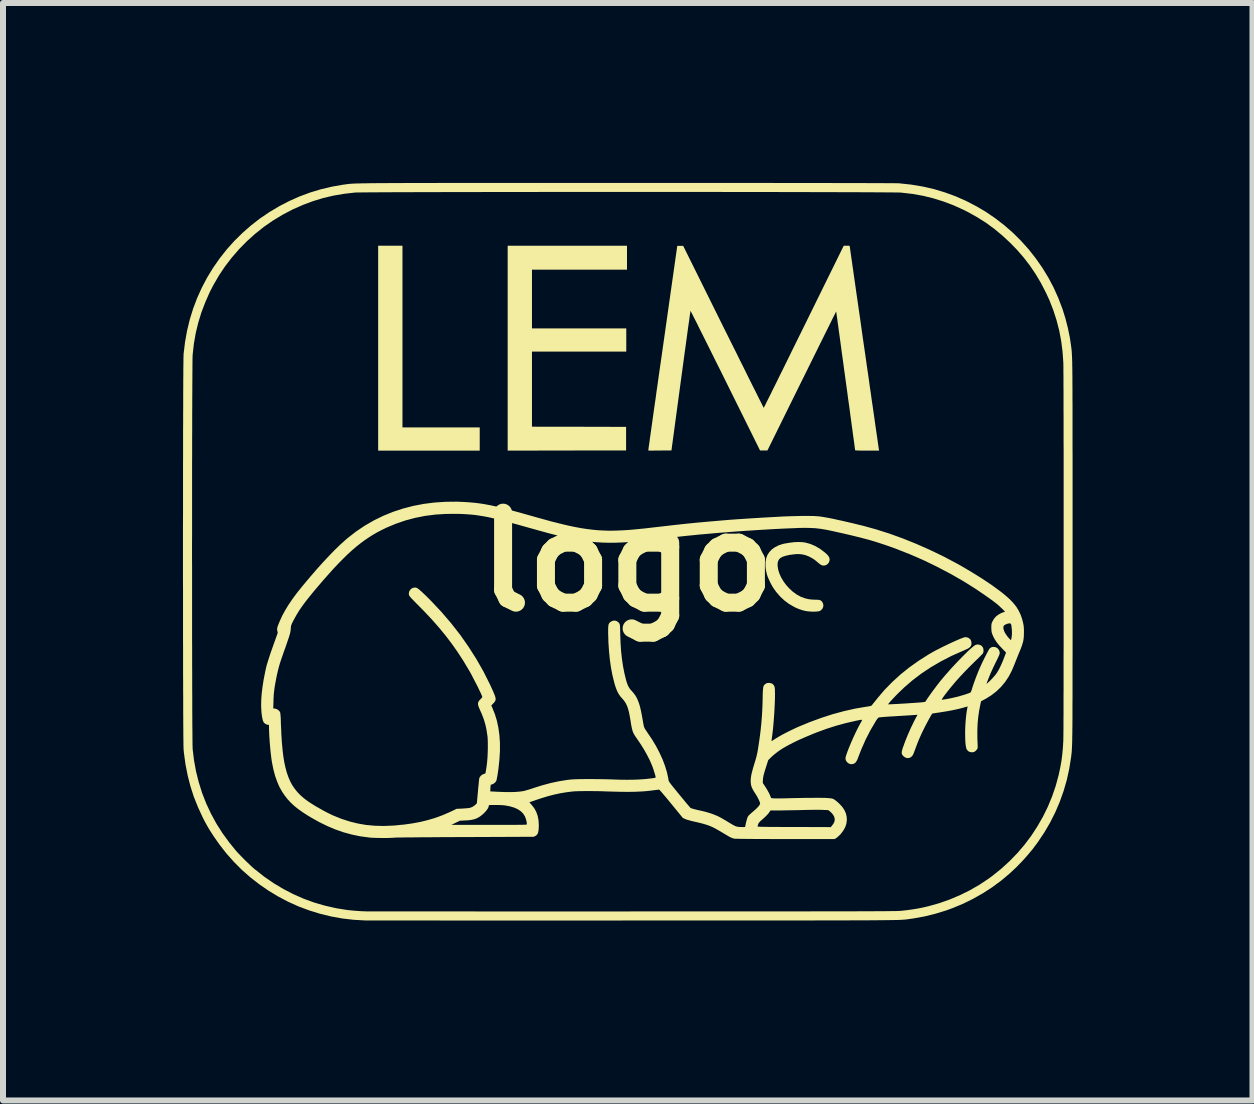
<source format=kicad_pcb>
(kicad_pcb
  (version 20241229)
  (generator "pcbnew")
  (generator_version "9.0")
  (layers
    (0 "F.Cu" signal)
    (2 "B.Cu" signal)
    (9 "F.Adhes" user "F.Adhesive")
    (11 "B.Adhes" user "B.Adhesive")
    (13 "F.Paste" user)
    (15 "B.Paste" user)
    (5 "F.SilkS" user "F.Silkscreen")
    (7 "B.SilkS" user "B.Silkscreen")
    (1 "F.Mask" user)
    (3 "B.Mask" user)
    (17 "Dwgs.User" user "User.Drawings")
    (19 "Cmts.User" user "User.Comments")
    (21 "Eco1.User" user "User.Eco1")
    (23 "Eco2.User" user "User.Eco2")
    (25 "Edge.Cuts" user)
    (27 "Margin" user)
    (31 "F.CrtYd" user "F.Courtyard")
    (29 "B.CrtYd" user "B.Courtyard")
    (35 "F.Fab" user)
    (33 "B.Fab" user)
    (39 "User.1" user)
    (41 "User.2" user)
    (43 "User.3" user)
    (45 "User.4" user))
  (footprint "logo"
    (layer "F.Cu")
    (at 7.408 6.318)
    (property "Reference" "logo" (at 0 0 0) (layer "F.SilkS") (effects (font (size 1.5 1.5) (thickness 0.3))))
    (attr board_only exclude_from_pos_files exclude_from_bom)
    (fp_poly (pts (xy -3.749 -3.758) (xy -3.749 -2.243) (xy -3.105 -2.243) (xy -2.461 -2.243) (xy -2.461 -2.05) (xy -2.461 -1.856) (xy -3.307 -1.856) (xy -4.154 -1.856) (xy -4.154 -3.564) (xy -4.154 -5.272) (xy -3.951 -5.272) (xy -3.749 -5.272)) (stroke (width 0) (type solid)) (fill yes) (layer "F.SilkS"))
    (fp_poly (pts (xy -0.006 -5.073) (xy -0.006 -4.873) (xy -0.798 -4.873) (xy -1.59 -4.873) (xy -1.59 -4.383) (xy -1.59 -3.894) (xy -0.804 -3.894) (xy -0.018 -3.894) (xy -0.018 -3.7) (xy -0.018 -3.507) (xy -0.804 -3.507) (xy -1.59 -3.507) (xy -1.59 -2.881) (xy -1.59 -2.255) (xy -0.806 -2.254) (xy -0.021 -2.252) (xy -0.021 -2.056) (xy -0.021 -1.859) (xy -1.008 -1.858) (xy -1.995 -1.856) (xy -1.995 -3.564) (xy -1.995 -5.272) (xy -1.001 -5.272) (xy -0.006 -5.272)) (stroke (width 0) (type solid)) (fill yes) (layer "F.SilkS"))
    (fp_poly (pts (xy 2.919 -0.33) (xy 2.965 -0.324) (xy 3.049 -0.301) (xy 3.129 -0.267) (xy 3.206 -0.223) (xy 3.281 -0.167) (xy 3.296 -0.155) (xy 3.328 -0.126) (xy 3.35 -0.101) (xy 3.364 -0.077) (xy 3.371 -0.053) (xy 3.372 -0.046) (xy 3.369 -0.016) (xy 3.357 0.012) (xy 3.337 0.036) (xy 3.311 0.053) (xy 3.281 0.06) (xy 3.276 0.06) (xy 3.257 0.059) (xy 3.239 0.054) (xy 3.221 0.044) (xy 3.199 0.028) (xy 3.177 0.01) (xy 3.141 -0.021) (xy 3.109 -0.045) (xy 3.078 -0.064) (xy 3.045 -0.082) (xy 3.027 -0.091) (xy 2.98 -0.11) (xy 2.933 -0.123) (xy 2.885 -0.13) (xy 2.832 -0.132) (xy 2.774 -0.127) (xy 2.707 -0.118) (xy 2.691 -0.115) (xy 2.635 -0.102) (xy 2.59 -0.087) (xy 2.556 -0.069) (xy 2.531 -0.047) (xy 2.515 -0.019) (xy 2.506 0.014) (xy 2.504 0.054) (xy 2.505 0.07) (xy 2.515 0.131) (xy 2.535 0.195) (xy 2.565 0.26) (xy 2.603 0.324) (xy 2.648 0.385) (xy 2.7 0.442) (xy 2.756 0.494) (xy 2.817 0.538) (xy 2.827 0.545) (xy 2.893 0.581) (xy 2.961 0.606) (xy 3.031 0.622) (xy 3.108 0.629) (xy 3.13 0.629) (xy 3.167 0.63) (xy 3.194 0.632) (xy 3.214 0.637) (xy 3.229 0.646) (xy 3.242 0.658) (xy 3.246 0.663) (xy 3.262 0.692) (xy 3.268 0.724) (xy 3.263 0.755) (xy 3.249 0.783) (xy 3.226 0.806) (xy 3.208 0.817) (xy 3.188 0.823) (xy 3.159 0.826) (xy 3.123 0.828) (xy 3.083 0.828) (xy 3.043 0.826) (xy 3.004 0.822) (xy 2.969 0.817) (xy 2.969 0.817) (xy 2.915 0.803) (xy 2.866 0.787) (xy 2.817 0.767) (xy 2.782 0.75) (xy 2.697 0.701) (xy 2.619 0.643) (xy 2.548 0.577) (xy 2.482 0.501) (xy 2.442 0.446) (xy 2.415 0.403) (xy 2.388 0.353) (xy 2.363 0.301) (xy 2.341 0.25) (xy 2.325 0.204) (xy 2.325 0.202) (xy 2.31 0.137) (xy 2.303 0.072) (xy 2.303 0.008) (xy 2.312 -0.05) (xy 2.316 -0.066) (xy 2.336 -0.118) (xy 2.367 -0.165) (xy 2.407 -0.208) (xy 2.457 -0.244) (xy 2.514 -0.274) (xy 2.578 -0.296) (xy 2.612 -0.305) (xy 2.7 -0.32) (xy 2.781 -0.33) (xy 2.854 -0.333)) (stroke (width 0) (type solid)) (fill yes) (layer "F.SilkS"))
    (fp_poly (pts (xy 3.679 -5.272) (xy 3.697 -5.271) (xy 3.706 -5.269) (xy 3.706 -5.269) (xy 3.707 -5.262) (xy 3.71 -5.244) (xy 3.714 -5.216) (xy 3.719 -5.177) (xy 3.726 -5.128) (xy 3.734 -5.071) (xy 3.744 -5.005) (xy 3.754 -4.931) (xy 3.766 -4.85) (xy 3.778 -4.762) (xy 3.792 -4.668) (xy 3.806 -4.568) (xy 3.821 -4.463) (xy 3.837 -4.354) (xy 3.853 -4.241) (xy 3.87 -4.125) (xy 3.887 -4.007) (xy 3.904 -3.886) (xy 3.921 -3.763) (xy 3.939 -3.64) (xy 3.957 -3.517) (xy 3.975 -3.393) (xy 3.992 -3.271) (xy 4.01 -3.15) (xy 4.027 -3.031) (xy 4.043 -2.914) (xy 4.06 -2.801) (xy 4.075 -2.691) (xy 4.091 -2.586) (xy 4.105 -2.486) (xy 4.119 -2.391) (xy 4.131 -2.302) (xy 4.143 -2.22) (xy 4.154 -2.145) (xy 4.164 -2.078) (xy 4.172 -2.02) (xy 4.179 -1.97) (xy 4.185 -1.93) (xy 4.189 -1.9) (xy 4.192 -1.881) (xy 4.194 -1.873) (xy 4.194 -1.873) (xy 4.197 -1.856) (xy 3.997 -1.856) (xy 3.936 -1.856) (xy 3.887 -1.857) (xy 3.849 -1.858) (xy 3.822 -1.859) (xy 3.805 -1.86) (xy 3.797 -1.862) (xy 3.797 -1.863) (xy 3.796 -1.869) (xy 3.794 -1.887) (xy 3.79 -1.916) (xy 3.785 -1.954) (xy 3.779 -2.002) (xy 3.771 -2.057) (xy 3.762 -2.121) (xy 3.753 -2.192) (xy 3.742 -2.268) (xy 3.731 -2.351) (xy 3.719 -2.438) (xy 3.707 -2.53) (xy 3.694 -2.625) (xy 3.68 -2.722) (xy 3.667 -2.822) (xy 3.653 -2.924) (xy 3.639 -3.025) (xy 3.625 -3.127) (xy 3.611 -3.228) (xy 3.598 -3.328) (xy 3.584 -3.425) (xy 3.571 -3.52) (xy 3.559 -3.611) (xy 3.547 -3.698) (xy 3.536 -3.78) (xy 3.525 -3.856) (xy 3.516 -3.925) (xy 3.507 -3.988) (xy 3.5 -4.043) (xy 3.493 -4.089) (xy 3.488 -4.126) (xy 3.484 -4.154) (xy 3.482 -4.17) (xy 3.481 -4.176) (xy 3.478 -4.17) (xy 3.47 -4.155) (xy 3.458 -4.129) (xy 3.44 -4.095) (xy 3.418 -4.051) (xy 3.393 -3.999) (xy 3.363 -3.939) (xy 3.33 -3.872) (xy 3.293 -3.798) (xy 3.253 -3.717) (xy 3.21 -3.631) (xy 3.165 -3.539) (xy 3.117 -3.442) (xy 3.067 -3.341) (xy 3.015 -3.236) (xy 2.962 -3.128) (xy 2.907 -3.018) (xy 2.335 -1.859) (xy 2.274 -1.859) (xy 2.212 -1.859) (xy 1.634 -3.025) (xy 1.579 -3.136) (xy 1.525 -3.245) (xy 1.472 -3.35) (xy 1.422 -3.451) (xy 1.374 -3.548) (xy 1.328 -3.64) (xy 1.285 -3.726) (xy 1.245 -3.807) (xy 1.207 -3.881) (xy 1.174 -3.949) (xy 1.144 -4.009) (xy 1.117 -4.061) (xy 1.095 -4.105) (xy 1.077 -4.14) (xy 1.064 -4.165) (xy 1.056 -4.181) (xy 1.053 -4.187) (xy 1.053 -4.187) (xy 1.052 -4.18) (xy 1.049 -4.163) (xy 1.045 -4.134) (xy 1.039 -4.096) (xy 1.033 -4.047) (xy 1.025 -3.99) (xy 1.015 -3.924) (xy 1.005 -3.85) (xy 0.994 -3.769) (xy 0.982 -3.681) (xy 0.969 -3.586) (xy 0.955 -3.486) (xy 0.941 -3.381) (xy 0.926 -3.272) (xy 0.911 -3.159) (xy 0.895 -3.042) (xy 0.892 -3.021) (xy 0.735 -1.859) (xy 0.543 -1.858) (xy 0.351 -1.856) (xy 0.351 -1.873) (xy 0.352 -1.88) (xy 0.354 -1.899) (xy 0.358 -1.929) (xy 0.364 -1.969) (xy 0.371 -2.019) (xy 0.379 -2.079) (xy 0.389 -2.148) (xy 0.4 -2.226) (xy 0.412 -2.312) (xy 0.425 -2.405) (xy 0.439 -2.505) (xy 0.454 -2.612) (xy 0.471 -2.726) (xy 0.487 -2.845) (xy 0.505 -2.969) (xy 0.523 -3.098) (xy 0.542 -3.231) (xy 0.562 -3.368) (xy 0.582 -3.508) (xy 0.592 -3.579) (xy 0.832 -5.269) (xy 0.882 -5.269) (xy 0.931 -5.269) (xy 1.6 -3.919) (xy 1.66 -3.799) (xy 1.718 -3.682) (xy 1.775 -3.568) (xy 1.83 -3.458) (xy 1.882 -3.352) (xy 1.933 -3.251) (xy 1.98 -3.155) (xy 2.025 -3.064) (xy 2.067 -2.98) (xy 2.106 -2.902) (xy 2.142 -2.831) (xy 2.173 -2.768) (xy 2.201 -2.712) (xy 2.225 -2.665) (xy 2.244 -2.627) (xy 2.258 -2.598) (xy 2.268 -2.579) (xy 2.273 -2.57) (xy 2.274 -2.57) (xy 2.276 -2.575) (xy 2.285 -2.591) (xy 2.298 -2.616) (xy 2.315 -2.652) (xy 2.337 -2.696) (xy 2.363 -2.748) (xy 2.394 -2.809) (xy 2.427 -2.878) (xy 2.465 -2.953) (xy 2.506 -3.036) (xy 2.549 -3.124) (xy 2.596 -3.218) (xy 2.645 -3.318) (xy 2.697 -3.423) (xy 2.75 -3.532) (xy 2.806 -3.645) (xy 2.863 -3.761) (xy 2.922 -3.88) (xy 2.942 -3.921) (xy 3.607 -5.272) (xy 3.656 -5.272)) (stroke (width 0) (type solid)) (fill yes) (layer "F.SilkS"))
    (fp_poly (pts (xy 0.317 -6.318) (xy 0.619 -6.318) (xy 0.911 -6.318) (xy 1.192 -6.318) (xy 1.462 -6.318) (xy 1.72 -6.318) (xy 1.968 -6.318) (xy 2.205 -6.318) (xy 2.43 -6.318) (xy 2.645 -6.317) (xy 2.848 -6.317) (xy 3.039 -6.317) (xy 3.22 -6.317) (xy 3.389 -6.317) (xy 3.547 -6.316) (xy 3.693 -6.316) (xy 3.828 -6.316) (xy 3.951 -6.316) (xy 4.062 -6.315) (xy 4.162 -6.315) (xy 4.25 -6.315) (xy 4.326 -6.314) (xy 4.39 -6.314) (xy 4.443 -6.314) (xy 4.484 -6.313) (xy 4.512 -6.313) (xy 4.529 -6.312) (xy 4.532 -6.312) (xy 4.729 -6.291) (xy 4.922 -6.259) (xy 5.11 -6.216) (xy 5.293 -6.161) (xy 5.473 -6.095) (xy 5.648 -6.018) (xy 5.819 -5.929) (xy 5.977 -5.836) (xy 6.135 -5.728) (xy 6.286 -5.611) (xy 6.429 -5.486) (xy 6.564 -5.352) (xy 6.691 -5.21) (xy 6.809 -5.06) (xy 6.918 -4.904) (xy 7.017 -4.742) (xy 7.106 -4.574) (xy 7.184 -4.4) (xy 7.252 -4.222) (xy 7.254 -4.217) (xy 7.303 -4.059) (xy 7.344 -3.898) (xy 7.377 -3.737) (xy 7.397 -3.6) (xy 7.399 -3.586) (xy 7.401 -3.573) (xy 7.402 -3.559) (xy 7.404 -3.546) (xy 7.405 -3.533) (xy 7.407 -3.519) (xy 7.408 -3.505) (xy 7.409 -3.489) (xy 7.41 -3.471) (xy 7.411 -3.452) (xy 7.412 -3.431) (xy 7.413 -3.407) (xy 7.414 -3.381) (xy 7.415 -3.351) (xy 7.416 -3.318) (xy 7.416 -3.282) (xy 7.417 -3.241) (xy 7.418 -3.196) (xy 7.418 -3.146) (xy 7.419 -3.091) (xy 7.419 -3.031) (xy 7.419 -2.965) (xy 7.42 -2.894) (xy 7.42 -2.816) (xy 7.42 -2.731) (xy 7.421 -2.64) (xy 7.421 -2.541) (xy 7.421 -2.434) (xy 7.421 -2.32) (xy 7.421 -2.198) (xy 7.421 -2.067) (xy 7.421 -1.927) (xy 7.422 -1.778) (xy 7.422 -1.62) (xy 7.422 -1.452) (xy 7.422 -1.274) (xy 7.422 -1.085) (xy 7.422 -0.885) (xy 7.422 -0.675) (xy 7.422 -0.453) (xy 7.422 -0.219) (xy 7.422 -0.172) (xy 7.422 0.064) (xy 7.422 0.288) (xy 7.422 0.501) (xy 7.422 0.702) (xy 7.422 0.893) (xy 7.422 1.073) (xy 7.422 1.243) (xy 7.422 1.404) (xy 7.422 1.554) (xy 7.421 1.696) (xy 7.421 1.829) (xy 7.421 1.953) (xy 7.421 2.068) (xy 7.421 2.176) (xy 7.421 2.276) (xy 7.42 2.369) (xy 7.42 2.455) (xy 7.42 2.535) (xy 7.42 2.608) (xy 7.419 2.674) (xy 7.419 2.736) (xy 7.418 2.791) (xy 7.418 2.842) (xy 7.417 2.888) (xy 7.416 2.93) (xy 7.416 2.967) (xy 7.415 3.001) (xy 7.414 3.031) (xy 7.413 3.058) (xy 7.412 3.082) (xy 7.411 3.104) (xy 7.41 3.123) (xy 7.409 3.141) (xy 7.408 3.157) (xy 7.407 3.172) (xy 7.405 3.186) (xy 7.404 3.199) (xy 7.402 3.212) (xy 7.401 3.225) (xy 7.399 3.239) (xy 7.397 3.253) (xy 7.397 3.256) (xy 7.367 3.445) (xy 7.326 3.632) (xy 7.273 3.816) (xy 7.209 3.996) (xy 7.134 4.172) (xy 7.048 4.343) (xy 6.951 4.509) (xy 6.844 4.669) (xy 6.757 4.786) (xy 6.672 4.888) (xy 6.579 4.992) (xy 6.479 5.094) (xy 6.376 5.19) (xy 6.272 5.279) (xy 6.231 5.312) (xy 6.081 5.423) (xy 5.923 5.525) (xy 5.76 5.617) (xy 5.593 5.699) (xy 5.422 5.77) (xy 5.318 5.808) (xy 5.135 5.864) (xy 4.953 5.909) (xy 4.771 5.942) (xy 4.716 5.95) (xy 4.704 5.951) (xy 4.693 5.953) (xy 4.682 5.955) (xy 4.672 5.956) (xy 4.662 5.957) (xy 4.651 5.959) (xy 4.641 5.96) (xy 4.629 5.961) (xy 4.617 5.962) (xy 4.603 5.963) (xy 4.588 5.964) (xy 4.572 5.965) (xy 4.553 5.966) (xy 4.532 5.967) (xy 4.508 5.968) (xy 4.481 5.968) (xy 4.452 5.969) (xy 4.419 5.97) (xy 4.382 5.97) (xy 4.342 5.971) (xy 4.297 5.971) (xy 4.248 5.972) (xy 4.194 5.972) (xy 4.136 5.973) (xy 4.072 5.973) (xy 4.002 5.974) (xy 3.927 5.974) (xy 3.846 5.974) (xy 3.758 5.974) (xy 3.664 5.975) (xy 3.563 5.975) (xy 3.455 5.975) (xy 3.339 5.975) (xy 3.216 5.975) (xy 3.085 5.976) (xy 2.946 5.976) (xy 2.798 5.976) (xy 2.642 5.976) (xy 2.476 5.976) (xy 2.302 5.976) (xy 2.118 5.976) (xy 1.924 5.976) (xy 1.72 5.976) (xy 1.506 5.976) (xy 1.281 5.976) (xy 1.045 5.976) (xy 0.798 5.976) (xy 0.54 5.976) (xy 0.27 5.976) (xy 0.091 5.976) (xy -0.14 5.977) (xy -0.368 5.977) (xy -0.592 5.977) (xy -0.813 5.977) (xy -1.031 5.977) (xy -1.244 5.977) (xy -1.453 5.977) (xy -1.657 5.977) (xy -1.857 5.977) (xy -2.051 5.977) (xy -2.239 5.977) (xy -2.422 5.977) (xy -2.598 5.977) (xy -2.768 5.977) (xy -2.932 5.977) (xy -3.088 5.977) (xy -3.236 5.976) (xy -3.377 5.976) (xy -3.51 5.976) (xy -3.635 5.976) (xy -3.751 5.976) (xy -3.857 5.976) (xy -3.955 5.976) (xy -4.043 5.976) (xy -4.122 5.976) (xy -4.19 5.976) (xy -4.247 5.976) (xy -4.294 5.976) (xy -4.33 5.976) (xy -4.354 5.976) (xy -4.367 5.976) (xy -4.368 5.976) (xy -4.561 5.965) (xy -4.752 5.943) (xy -4.94 5.909) (xy -5.124 5.864) (xy -5.305 5.808) (xy -5.482 5.742) (xy -5.653 5.665) (xy -5.82 5.577) (xy -5.981 5.48) (xy -6.136 5.373) (xy -6.285 5.257) (xy -6.427 5.132) (xy -6.561 4.997) (xy -6.688 4.854) (xy -6.806 4.702) (xy -6.889 4.583) (xy -6.938 4.508) (xy -6.981 4.439) (xy -7.019 4.372) (xy -7.055 4.306) (xy -7.078 4.26) (xy -7.158 4.087) (xy -7.227 3.914) (xy -7.284 3.737) (xy -7.33 3.557) (xy -7.366 3.373) (xy -7.392 3.183) (xy -7.398 3.12) (xy -7.398 3.106) (xy -7.399 3.08) (xy -7.4 3.043) (xy -7.4 2.995) (xy -7.401 2.937) (xy -7.402 2.869) (xy -7.402 2.791) (xy -7.403 2.704) (xy -7.403 2.609) (xy -7.404 2.506) (xy -7.404 2.395) (xy -7.404 2.277) (xy -7.405 2.152) (xy -7.405 2.02) (xy -7.406 1.883) (xy -7.406 1.74) (xy -7.406 1.592) (xy -7.406 1.439) (xy -7.407 1.282) (xy -7.407 1.122) (xy -7.407 0.958) (xy -7.407 0.791) (xy -7.407 0.622) (xy -7.407 0.451) (xy -7.408 0.278) (xy -7.408 0.104) (xy -7.408 -0.071) (xy -7.408 -0.095) (xy -7.257 -0.095) (xy -7.256 0.08) (xy -7.256 0.254) (xy -7.256 0.427) (xy -7.256 0.598) (xy -7.256 0.768) (xy -7.256 0.935) (xy -7.256 1.099) (xy -7.256 1.26) (xy -7.255 1.417) (xy -7.255 1.57) (xy -7.255 1.719) (xy -7.254 1.862) (xy -7.254 2) (xy -7.254 2.132) (xy -7.253 2.258) (xy -7.253 2.377) (xy -7.253 2.489) (xy -7.252 2.593) (xy -7.252 2.689) (xy -7.251 2.776) (xy -7.25 2.855) (xy -7.25 2.924) (xy -7.249 2.983) (xy -7.249 3.032) (xy -7.248 3.07) (xy -7.247 3.097) (xy -7.247 3.113) (xy -7.247 3.114) (xy -7.224 3.305) (xy -7.19 3.492) (xy -7.144 3.675) (xy -7.088 3.853) (xy -7.02 4.027) (xy -6.941 4.196) (xy -6.851 4.361) (xy -6.75 4.52) (xy -6.637 4.675) (xy -6.53 4.807) (xy -6.499 4.842) (xy -6.461 4.882) (xy -6.418 4.926) (xy -6.373 4.972) (xy -6.327 5.016) (xy -6.283 5.058) (xy -6.242 5.096) (xy -6.207 5.126) (xy -6.206 5.126) (xy -6.054 5.246) (xy -5.896 5.355) (xy -5.734 5.452) (xy -5.567 5.538) (xy -5.395 5.614) (xy -5.219 5.678) (xy -5.039 5.73) (xy -4.854 5.772) (xy -4.674 5.801) (xy -4.619 5.807) (xy -4.557 5.813) (xy -4.491 5.818) (xy -4.427 5.822) (xy -4.368 5.824) (xy -4.362 5.824) (xy -4.353 5.825) (xy -4.332 5.825) (xy -4.299 5.825) (xy -4.255 5.825) (xy -4.2 5.825) (xy -4.135 5.825) (xy -4.059 5.825) (xy -3.973 5.825) (xy -3.878 5.825) (xy -3.774 5.825) (xy -3.66 5.825) (xy -3.538 5.825) (xy -3.407 5.825) (xy -3.268 5.825) (xy -3.122 5.825) (xy -2.968 5.825) (xy -2.806 5.825) (xy -2.638 5.825) (xy -2.464 5.826) (xy -2.283 5.826) (xy -2.096 5.826) (xy -1.903 5.826) (xy -1.705 5.826) (xy -1.502 5.826) (xy -1.294 5.826) (xy -1.082 5.826) (xy -0.866 5.826) (xy -0.646 5.826) (xy -0.422 5.826) (xy -0.196 5.826) (xy 0.034 5.826) (xy 0.088 5.825) (xy 0.365 5.825) (xy 0.63 5.825) (xy 0.884 5.825) (xy 1.126 5.825) (xy 1.358 5.825) (xy 1.578 5.825) (xy 1.789 5.825) (xy 1.988 5.825) (xy 2.178 5.825) (xy 2.358 5.825) (xy 2.529 5.825) (xy 2.691 5.825) (xy 2.843 5.825) (xy 2.987 5.825) (xy 3.123 5.824) (xy 3.25 5.824) (xy 3.369 5.824) (xy 3.481 5.824) (xy 3.586 5.824) (xy 3.683 5.824) (xy 3.774 5.824) (xy 3.857 5.823) (xy 3.935 5.823) (xy 4.007 5.823) (xy 4.073 5.823) (xy 4.133 5.822) (xy 4.188 5.822) (xy 4.238 5.822) (xy 4.283 5.822) (xy 4.324 5.821) (xy 4.361 5.821) (xy 4.393 5.82) (xy 4.422 5.82) (xy 4.448 5.82) (xy 4.47 5.819) (xy 4.49 5.819) (xy 4.507 5.818) (xy 4.521 5.818) (xy 4.534 5.817) (xy 4.545 5.817) (xy 4.554 5.816) (xy 4.561 5.815) (xy 4.568 5.815) (xy 4.657 5.805) (xy 4.738 5.794) (xy 4.813 5.782) (xy 4.885 5.769) (xy 4.959 5.753) (xy 5.022 5.738) (xy 5.199 5.688) (xy 5.373 5.627) (xy 5.543 5.555) (xy 5.709 5.473) (xy 5.869 5.381) (xy 6.022 5.279) (xy 6.085 5.233) (xy 6.233 5.114) (xy 6.372 4.987) (xy 6.502 4.853) (xy 6.623 4.711) (xy 6.735 4.562) (xy 6.836 4.407) (xy 6.928 4.246) (xy 7.01 4.079) (xy 7.081 3.908) (xy 7.141 3.732) (xy 7.19 3.551) (xy 7.197 3.519) (xy 7.219 3.414) (xy 7.237 3.312) (xy 7.25 3.209) (xy 7.26 3.102) (xy 7.267 2.988) (xy 7.268 2.973) (xy 7.268 2.957) (xy 7.268 2.929) (xy 7.269 2.89) (xy 7.269 2.841) (xy 7.27 2.781) (xy 7.27 2.711) (xy 7.27 2.632) (xy 7.271 2.544) (xy 7.271 2.447) (xy 7.271 2.342) (xy 7.271 2.23) (xy 7.272 2.111) (xy 7.272 1.985) (xy 7.272 1.853) (xy 7.272 1.715) (xy 7.272 1.572) (xy 7.273 1.424) (xy 7.273 1.271) (xy 7.273 1.115) (xy 7.273 0.955) (xy 7.273 0.792) (xy 7.273 0.627) (xy 7.273 0.459) (xy 7.273 0.29) (xy 7.273 0.119) (xy 7.273 -0.052) (xy 7.273 -0.223) (xy 7.273 -0.395) (xy 7.273 -0.566) (xy 7.273 -0.736) (xy 7.273 -0.904) (xy 7.273 -1.07) (xy 7.273 -1.234) (xy 7.273 -1.395) (xy 7.273 -1.553) (xy 7.273 -1.707) (xy 7.273 -1.857) (xy 7.272 -2.002) (xy 7.272 -2.142) (xy 7.272 -2.277) (xy 7.272 -2.405) (xy 7.271 -2.528) (xy 7.271 -2.643) (xy 7.271 -2.75) (xy 7.271 -2.85) (xy 7.27 -2.942) (xy 7.27 -3.025) (xy 7.27 -3.098) (xy 7.269 -3.162) (xy 7.269 -3.216) (xy 7.269 -3.26) (xy 7.268 -3.292) (xy 7.268 -3.313) (xy 7.268 -3.318) (xy 7.255 -3.504) (xy 7.232 -3.684) (xy 7.199 -3.858) (xy 7.155 -4.029) (xy 7.101 -4.196) (xy 7.037 -4.361) (xy 6.975 -4.495) (xy 6.893 -4.653) (xy 6.805 -4.801) (xy 6.71 -4.941) (xy 6.607 -5.075) (xy 6.494 -5.205) (xy 6.384 -5.318) (xy 6.252 -5.441) (xy 6.117 -5.553) (xy 5.978 -5.655) (xy 5.832 -5.747) (xy 5.68 -5.832) (xy 5.598 -5.873) (xy 5.432 -5.948) (xy 5.267 -6.01) (xy 5.1 -6.062) (xy 4.93 -6.104) (xy 4.755 -6.135) (xy 4.574 -6.156) (xy 4.556 -6.158) (xy 4.543 -6.159) (xy 4.518 -6.159) (xy 4.482 -6.16) (xy 4.435 -6.16) (xy 4.377 -6.161) (xy 4.309 -6.161) (xy 4.231 -6.162) (xy 4.144 -6.162) (xy 4.048 -6.163) (xy 3.942 -6.163) (xy 3.829 -6.164) (xy 3.707 -6.164) (xy 3.578 -6.164) (xy 3.441 -6.165) (xy 3.298 -6.165) (xy 3.148 -6.165) (xy 2.992 -6.166) (xy 2.829 -6.166) (xy 2.662 -6.166) (xy 2.489 -6.167) (xy 2.312 -6.167) (xy 2.131 -6.167) (xy 1.945 -6.167) (xy 1.756 -6.167) (xy 1.564 -6.168) (xy 1.368 -6.168) (xy 1.171 -6.168) (xy 0.971 -6.168) (xy 0.769 -6.168) (xy 0.566 -6.168) (xy 0.362 -6.168) (xy 0.158 -6.168) (xy -0.047 -6.168) (xy -0.252 -6.168) (xy -0.456 -6.168) (xy -0.66 -6.168) (xy -0.862 -6.168) (xy -1.063 -6.168) (xy -1.261 -6.168) (xy -1.458 -6.168) (xy -1.652 -6.167) (xy -1.842 -6.167) (xy -2.03 -6.167) (xy -2.213 -6.167) (xy -2.392 -6.167) (xy -2.567 -6.166) (xy -2.737 -6.166) (xy -2.902 -6.166) (xy -3.061 -6.166) (xy -3.214 -6.165) (xy -3.36 -6.165) (xy -3.5 -6.165) (xy -3.633 -6.164) (xy -3.758 -6.164) (xy -3.875 -6.164) (xy -3.985 -6.163) (xy -4.085 -6.163) (xy -4.177 -6.162) (xy -4.259 -6.162) (xy -4.332 -6.161) (xy -4.394 -6.161) (xy -4.446 -6.16) (xy -4.487 -6.16) (xy -4.518 -6.159) (xy -4.536 -6.159) (xy -4.541 -6.158) (xy -4.723 -6.137) (xy -4.899 -6.107) (xy -5.07 -6.067) (xy -5.237 -6.016) (xy -5.401 -5.955) (xy -5.565 -5.883) (xy -5.584 -5.874) (xy -5.748 -5.788) (xy -5.907 -5.692) (xy -6.06 -5.586) (xy -6.205 -5.47) (xy -6.343 -5.346) (xy -6.473 -5.214) (xy -6.594 -5.074) (xy -6.707 -4.927) (xy -6.81 -4.773) (xy -6.903 -4.612) (xy -6.963 -4.495) (xy -7.037 -4.327) (xy -7.101 -4.159) (xy -7.153 -3.989) (xy -7.195 -3.816) (xy -7.226 -3.638) (xy -7.246 -3.459) (xy -7.247 -3.445) (xy -7.248 -3.419) (xy -7.249 -3.382) (xy -7.249 -3.334) (xy -7.25 -3.276) (xy -7.25 -3.208) (xy -7.251 -3.13) (xy -7.251 -3.044) (xy -7.252 -2.949) (xy -7.252 -2.845) (xy -7.253 -2.734) (xy -7.253 -2.616) (xy -7.254 -2.491) (xy -7.254 -2.36) (xy -7.254 -2.222) (xy -7.255 -2.079) (xy -7.255 -1.931) (xy -7.255 -1.779) (xy -7.256 -1.622) (xy -7.256 -1.461) (xy -7.256 -1.298) (xy -7.256 -1.131) (xy -7.256 -0.962) (xy -7.256 -0.79) (xy -7.256 -0.618) (xy -7.256 -0.444) (xy -7.257 -0.269) (xy -7.257 -0.095) (xy -7.408 -0.095) (xy -7.408 -0.246) (xy -7.408 -0.42) (xy -7.408 -0.594) (xy -7.407 -0.767) (xy -7.407 -0.939) (xy -7.407 -1.109) (xy -7.407 -1.276) (xy -7.407 -1.44) (xy -7.407 -1.601) (xy -7.406 -1.759) (xy -7.406 -1.912) (xy -7.406 -2.061) (xy -7.406 -2.205) (xy -7.405 -2.343) (xy -7.405 -2.476) (xy -7.404 -2.602) (xy -7.404 -2.721) (xy -7.404 -2.833) (xy -7.403 -2.938) (xy -7.403 -3.034) (xy -7.402 -3.122) (xy -7.402 -3.201) (xy -7.401 -3.271) (xy -7.4 -3.331) (xy -7.4 -3.38) (xy -7.399 -3.419) (xy -7.398 -3.447) (xy -7.398 -3.463) (xy -7.398 -3.464) (xy -7.374 -3.662) (xy -7.34 -3.853) (xy -7.295 -4.04) (xy -7.239 -4.222) (xy -7.172 -4.399) (xy -7.094 -4.572) (xy -7.005 -4.741) (xy -6.908 -4.9) (xy -6.798 -5.058) (xy -6.68 -5.208) (xy -6.553 -5.35) (xy -6.418 -5.483) (xy -6.276 -5.608) (xy -6.127 -5.724) (xy -5.971 -5.83) (xy -5.809 -5.927) (xy -5.642 -6.014) (xy -5.47 -6.091) (xy -5.293 -6.157) (xy -5.112 -6.212) (xy -4.927 -6.256) (xy -4.74 -6.289) (xy -4.719 -6.291) (xy -4.707 -6.293) (xy -4.696 -6.295) (xy -4.685 -6.296) (xy -4.674 -6.298) (xy -4.664 -6.299) (xy -4.653 -6.3) (xy -4.642 -6.302) (xy -4.629 -6.303) (xy -4.616 -6.304) (xy -4.602 -6.305) (xy -4.585 -6.306) (xy -4.567 -6.307) (xy -4.547 -6.308) (xy -4.524 -6.309) (xy -4.499 -6.31) (xy -4.471 -6.31) (xy -4.44 -6.311) (xy -4.405 -6.312) (xy -4.366 -6.312) (xy -4.324 -6.313) (xy -4.277 -6.314) (xy -4.225 -6.314) (xy -4.169 -6.315) (xy -4.108 -6.315) (xy -4.041 -6.315) (xy -3.969 -6.316) (xy -3.891 -6.316) (xy -3.807 -6.316) (xy -3.717 -6.317) (xy -3.62 -6.317) (xy -3.516 -6.317) (xy -3.405 -6.317) (xy -3.286 -6.317) (xy -3.16 -6.318) (xy -3.026 -6.318) (xy -2.883 -6.318) (xy -2.732 -6.318) (xy -2.573 -6.318) (xy -2.404 -6.318) (xy -2.226 -6.318) (xy -2.039 -6.318) (xy -1.841 -6.318) (xy -1.634 -6.318) (xy -1.416 -6.318) (xy -1.187 -6.318) (xy -0.948 -6.318) (xy -0.698 -6.318) (xy -0.436 -6.318) (xy -0.162 -6.318) (xy 0.004 -6.318)) (stroke (width 0) (type solid)) (fill yes) (layer "F.SilkS"))
    (fp_poly (pts (xy -2.792 -1.003) (xy -2.723 -1) (xy -2.658 -0.996) (xy -2.595 -0.991) (xy -2.532 -0.985) (xy -2.47 -0.977) (xy -2.407 -0.968) (xy -2.341 -0.956) (xy -2.272 -0.943) (xy -2.199 -0.927) (xy -2.121 -0.908) (xy -2.036 -0.887) (xy -1.943 -0.863) (xy -1.842 -0.836) (xy -1.731 -0.805) (xy -1.642 -0.78) (xy -1.564 -0.758) (xy -1.497 -0.739) (xy -1.438 -0.723) (xy -1.388 -0.709) (xy -1.344 -0.697) (xy -1.305 -0.686) (xy -1.269 -0.676) (xy -1.237 -0.668) (xy -1.205 -0.66) (xy -1.173 -0.652) (xy -1.14 -0.643) (xy -1.103 -0.635) (xy -1.094 -0.632) (xy -0.983 -0.606) (xy -0.878 -0.584) (xy -0.777 -0.565) (xy -0.679 -0.55) (xy -0.584 -0.538) (xy -0.488 -0.529) (xy -0.392 -0.524) (xy -0.294 -0.521) (xy -0.192 -0.523) (xy -0.085 -0.527) (xy 0.029 -0.534) (xy 0.15 -0.545) (xy 0.281 -0.558) (xy 0.402 -0.572) (xy 0.602 -0.595) (xy 0.793 -0.617) (xy 0.978 -0.637) (xy 1.157 -0.655) (xy 1.333 -0.671) (xy 1.508 -0.686) (xy 1.684 -0.701) (xy 1.863 -0.714) (xy 2.047 -0.726) (xy 2.238 -0.738) (xy 2.438 -0.749) (xy 2.558 -0.756) (xy 2.646 -0.76) (xy 2.732 -0.763) (xy 2.817 -0.765) (xy 2.897 -0.767) (xy 2.972 -0.767) (xy 3.041 -0.767) (xy 3.102 -0.766) (xy 3.154 -0.763) (xy 3.196 -0.76) (xy 3.204 -0.759) (xy 3.246 -0.753) (xy 3.299 -0.744) (xy 3.361 -0.733) (xy 3.431 -0.719) (xy 3.507 -0.702) (xy 3.59 -0.684) (xy 3.677 -0.664) (xy 3.767 -0.643) (xy 3.859 -0.62) (xy 3.927 -0.604) (xy 4.144 -0.544) (xy 4.365 -0.474) (xy 4.587 -0.394) (xy 4.811 -0.304) (xy 5.033 -0.206) (xy 5.254 -0.1) (xy 5.471 0.014) (xy 5.484 0.021) (xy 5.591 0.081) (xy 5.696 0.143) (xy 5.798 0.205) (xy 5.897 0.267) (xy 5.99 0.328) (xy 6.079 0.388) (xy 6.16 0.447) (xy 6.234 0.502) (xy 6.298 0.554) (xy 6.354 0.603) (xy 6.372 0.619) (xy 6.432 0.682) (xy 6.482 0.744) (xy 6.522 0.809) (xy 6.555 0.877) (xy 6.581 0.952) (xy 6.597 1.016) (xy 6.603 1.044) (xy 6.607 1.069) (xy 6.609 1.096) (xy 6.611 1.127) (xy 6.611 1.165) (xy 6.611 1.179) (xy 6.61 1.22) (xy 6.608 1.257) (xy 6.604 1.291) (xy 6.598 1.324) (xy 6.588 1.359) (xy 6.576 1.398) (xy 6.559 1.443) (xy 6.538 1.496) (xy 6.53 1.514) (xy 6.513 1.556) (xy 6.496 1.599) (xy 6.479 1.641) (xy 6.464 1.679) (xy 6.454 1.705) (xy 6.408 1.814) (xy 6.356 1.913) (xy 6.296 2.002) (xy 6.229 2.083) (xy 6.154 2.155) (xy 6.071 2.22) (xy 5.979 2.278) (xy 5.945 2.296) (xy 5.896 2.322) (xy 5.886 2.368) (xy 5.864 2.481) (xy 5.848 2.592) (xy 5.838 2.705) (xy 5.834 2.823) (xy 5.835 2.948) (xy 5.837 2.999) (xy 5.839 3.037) (xy 5.84 3.065) (xy 5.84 3.085) (xy 5.839 3.099) (xy 5.837 3.109) (xy 5.833 3.116) (xy 5.829 3.124) (xy 5.828 3.125) (xy 5.805 3.151) (xy 5.779 3.167) (xy 5.751 3.173) (xy 5.717 3.17) (xy 5.687 3.157) (xy 5.663 3.133) (xy 5.66 3.129) (xy 5.651 3.109) (xy 5.644 3.079) (xy 5.638 3.039) (xy 5.634 2.991) (xy 5.632 2.937) (xy 5.631 2.877) (xy 5.631 2.814) (xy 5.633 2.749) (xy 5.637 2.683) (xy 5.642 2.617) (xy 5.649 2.553) (xy 5.657 2.492) (xy 5.667 2.436) (xy 5.669 2.427) (xy 5.672 2.408) (xy 5.601 2.429) (xy 5.547 2.443) (xy 5.483 2.458) (xy 5.412 2.473) (xy 5.336 2.487) (xy 5.258 2.5) (xy 5.202 2.509) (xy 5.166 2.514) (xy 5.134 2.519) (xy 5.108 2.523) (xy 5.09 2.526) (xy 5.082 2.528) (xy 5.082 2.528) (xy 5.075 2.538) (xy 5.063 2.558) (xy 5.048 2.584) (xy 5.03 2.616) (xy 5.01 2.653) (xy 4.99 2.691) (xy 4.972 2.724) (xy 4.942 2.784) (xy 4.915 2.839) (xy 4.89 2.893) (xy 4.866 2.948) (xy 4.842 3.005) (xy 4.818 3.068) (xy 4.792 3.138) (xy 4.772 3.192) (xy 4.755 3.226) (xy 4.732 3.25) (xy 4.705 3.265) (xy 4.675 3.27) (xy 4.645 3.265) (xy 4.616 3.249) (xy 4.604 3.239) (xy 4.587 3.22) (xy 4.577 3.202) (xy 4.573 3.182) (xy 4.575 3.158) (xy 4.583 3.127) (xy 4.592 3.098) (xy 4.63 2.993) (xy 4.674 2.884) (xy 4.722 2.775) (xy 4.772 2.671) (xy 4.795 2.626) (xy 4.837 2.546) (xy 4.817 2.549) (xy 4.806 2.55) (xy 4.785 2.551) (xy 4.755 2.553) (xy 4.718 2.556) (xy 4.677 2.558) (xy 4.634 2.561) (xy 4.567 2.565) (xy 4.501 2.569) (xy 4.439 2.573) (xy 4.381 2.576) (xy 4.329 2.58) (xy 4.284 2.583) (xy 4.246 2.586) (xy 4.218 2.589) (xy 4.2 2.591) (xy 4.195 2.591) (xy 4.186 2.595) (xy 4.176 2.605) (xy 4.163 2.621) (xy 4.146 2.645) (xy 4.14 2.656) (xy 4.052 2.805) (xy 3.971 2.963) (xy 3.898 3.129) (xy 3.851 3.25) (xy 3.836 3.29) (xy 3.821 3.319) (xy 3.806 3.341) (xy 3.79 3.355) (xy 3.77 3.365) (xy 3.761 3.368) (xy 3.728 3.371) (xy 3.697 3.363) (xy 3.67 3.345) (xy 3.649 3.319) (xy 3.643 3.306) (xy 3.639 3.293) (xy 3.636 3.281) (xy 3.637 3.266) (xy 3.64 3.249) (xy 3.647 3.226) (xy 3.657 3.195) (xy 3.67 3.159) (xy 3.698 3.087) (xy 3.73 3.01) (xy 3.765 2.93) (xy 3.802 2.851) (xy 3.839 2.776) (xy 3.875 2.707) (xy 3.897 2.668) (xy 3.905 2.653) (xy 3.911 2.642) (xy 3.912 2.635) (xy 3.907 2.631) (xy 3.896 2.631) (xy 3.876 2.634) (xy 3.847 2.64) (xy 3.807 2.648) (xy 3.805 2.649) (xy 3.642 2.686) (xy 3.481 2.73) (xy 3.318 2.782) (xy 3.152 2.843) (xy 3.087 2.869) (xy 2.965 2.92) (xy 2.854 2.969) (xy 2.755 3.017) (xy 2.666 3.064) (xy 2.586 3.11) (xy 2.517 3.156) (xy 2.456 3.203) (xy 2.403 3.249) (xy 2.394 3.258) (xy 2.348 3.304) (xy 2.314 3.411) (xy 2.297 3.464) (xy 2.284 3.508) (xy 2.274 3.544) (xy 2.267 3.574) (xy 2.263 3.6) (xy 2.26 3.623) (xy 2.259 3.643) (xy 2.258 3.685) (xy 2.305 3.755) (xy 2.324 3.786) (xy 2.344 3.821) (xy 2.362 3.854) (xy 2.374 3.88) (xy 2.397 3.936) (xy 2.431 3.94) (xy 2.445 3.941) (xy 2.471 3.941) (xy 2.504 3.942) (xy 2.543 3.941) (xy 2.586 3.941) (xy 2.63 3.94) (xy 2.749 3.937) (xy 2.857 3.935) (xy 2.953 3.933) (xy 3.038 3.932) (xy 3.112 3.932) (xy 3.177 3.931) (xy 3.231 3.932) (xy 3.276 3.932) (xy 3.312 3.934) (xy 3.33 3.935) (xy 3.365 3.938) (xy 3.39 3.94) (xy 3.408 3.943) (xy 3.423 3.947) (xy 3.435 3.952) (xy 3.449 3.96) (xy 3.451 3.961) (xy 3.469 3.974) (xy 3.492 3.992) (xy 3.518 4.015) (xy 3.54 4.036) (xy 3.586 4.087) (xy 3.62 4.139) (xy 3.643 4.191) (xy 3.656 4.247) (xy 3.659 4.299) (xy 3.652 4.36) (xy 3.633 4.418) (xy 3.602 4.475) (xy 3.56 4.531) (xy 3.551 4.541) (xy 3.53 4.562) (xy 3.508 4.582) (xy 3.49 4.598) (xy 3.483 4.602) (xy 3.456 4.619) (xy 2.63 4.619) (xy 2.507 4.619) (xy 2.395 4.619) (xy 2.295 4.618) (xy 2.205 4.618) (xy 2.125 4.618) (xy 2.055 4.617) (xy 1.994 4.617) (xy 1.941 4.616) (xy 1.897 4.616) (xy 1.86 4.615) (xy 1.83 4.614) (xy 1.807 4.614) (xy 1.791 4.613) (xy 1.779 4.612) (xy 1.775 4.611) (xy 1.758 4.606) (xy 1.74 4.599) (xy 1.719 4.59) (xy 1.694 4.577) (xy 1.664 4.559) (xy 1.626 4.537) (xy 1.585 4.512) (xy 1.527 4.478) (xy 1.476 4.449) (xy 1.43 4.425) (xy 1.386 4.405) (xy 1.342 4.388) (xy 1.294 4.373) (xy 1.241 4.358) (xy 1.18 4.343) (xy 1.145 4.335) (xy 1.087 4.322) (xy 1.038 4.309) (xy 0.999 4.298) (xy 0.972 4.288) (xy 0.966 4.286) (xy 0.925 4.267) (xy 0.73 4.029) (xy 0.679 3.967) (xy 0.636 3.915) (xy 0.599 3.872) (xy 0.571 3.838) (xy 0.549 3.814) (xy 0.534 3.799) (xy 0.527 3.794) (xy 0.526 3.794) (xy 0.516 3.796) (xy 0.496 3.799) (xy 0.468 3.802) (xy 0.435 3.806) (xy 0.399 3.811) (xy 0.362 3.815) (xy 0.326 3.819) (xy 0.302 3.821) (xy 0.251 3.825) (xy 0.19 3.828) (xy 0.12 3.831) (xy 0.044 3.832) (xy -0.037 3.832) (xy -0.12 3.831) (xy -0.205 3.829) (xy -0.287 3.827) (xy -0.373 3.824) (xy -0.458 3.821) (xy -0.541 3.82) (xy -0.62 3.819) (xy -0.694 3.819) (xy -0.761 3.82) (xy -0.821 3.821) (xy -0.872 3.823) (xy -0.911 3.826) (xy -0.913 3.826) (xy -1.017 3.839) (xy -1.119 3.856) (xy -1.221 3.878) (xy -1.325 3.905) (xy -1.436 3.939) (xy -1.484 3.955) (xy -1.524 3.968) (xy -1.56 3.981) (xy -1.59 3.991) (xy -1.613 3.999) (xy -1.627 4.004) (xy -1.632 4.006) (xy -1.629 4.011) (xy -1.619 4.023) (xy -1.605 4.039) (xy -1.595 4.05) (xy -1.552 4.105) (xy -1.519 4.165) (xy -1.495 4.232) (xy -1.481 4.305) (xy -1.476 4.385) (xy -1.477 4.425) (xy -1.48 4.469) (xy -1.486 4.503) (xy -1.494 4.528) (xy -1.507 4.547) (xy -1.523 4.562) (xy -1.534 4.568) (xy -1.559 4.581) (xy -2.682 4.586) (xy -2.815 4.586) (xy -2.941 4.587) (xy -3.062 4.587) (xy -3.177 4.588) (xy -3.285 4.589) (xy -3.385 4.589) (xy -3.478 4.59) (xy -3.563 4.591) (xy -3.639 4.591) (xy -3.705 4.592) (xy -3.762 4.593) (xy -3.809 4.594) (xy -3.845 4.594) (xy -3.87 4.595) (xy -3.882 4.596) (xy -3.932 4.599) (xy -3.99 4.601) (xy -4.053 4.602) (xy -4.117 4.601) (xy -4.18 4.6) (xy -4.238 4.598) (xy -4.289 4.595) (xy -4.311 4.592) (xy -4.454 4.573) (xy -4.593 4.544) (xy -4.729 4.507) (xy -4.865 4.46) (xy -5 4.403) (xy -5.137 4.336) (xy -5.276 4.258) (xy -5.326 4.228) (xy -5.411 4.173) (xy -5.486 4.12) (xy -5.552 4.067) (xy -5.61 4.013) (xy -5.663 3.956) (xy -5.71 3.896) (xy -5.752 3.835) (xy -5.797 3.756) (xy -5.836 3.667) (xy -5.871 3.569) (xy -5.9 3.461) (xy -5.924 3.342) (xy -5.934 3.277) (xy -5.94 3.227) (xy -5.947 3.169) (xy -5.953 3.106) (xy -5.959 3.04) (xy -5.964 2.974) (xy -5.968 2.911) (xy -5.971 2.852) (xy -5.973 2.801) (xy -5.974 2.771) (xy -5.974 2.715) (xy -5.99 2.715) (xy -6.012 2.71) (xy -6.035 2.698) (xy -6.055 2.682) (xy -6.065 2.669) (xy -6.075 2.645) (xy -6.084 2.61) (xy -6.092 2.564) (xy -6.099 2.508) (xy -6.101 2.476) (xy -6.103 2.441) (xy -5.903 2.441) (xy -5.871 2.445) (xy -5.842 2.454) (xy -5.816 2.471) (xy -5.796 2.493) (xy -5.787 2.511) (xy -5.785 2.523) (xy -5.783 2.545) (xy -5.78 2.574) (xy -5.778 2.609) (xy -5.777 2.639) (xy -5.776 2.684) (xy -5.774 2.735) (xy -5.771 2.789) (xy -5.769 2.84) (xy -5.768 2.866) (xy -5.76 2.999) (xy -5.749 3.12) (xy -5.736 3.232) (xy -5.72 3.333) (xy -5.7 3.426) (xy -5.677 3.511) (xy -5.65 3.588) (xy -5.619 3.659) (xy -5.584 3.724) (xy -5.543 3.783) (xy -5.498 3.839) (xy -5.448 3.89) (xy -5.392 3.939) (xy -5.357 3.966) (xy -5.309 4) (xy -5.252 4.037) (xy -5.19 4.075) (xy -5.123 4.113) (xy -5.056 4.151) (xy -4.99 4.185) (xy -4.928 4.215) (xy -4.902 4.227) (xy -4.766 4.282) (xy -4.63 4.326) (xy -4.493 4.36) (xy -4.355 4.384) (xy -4.213 4.397) (xy -4.066 4.401) (xy -3.913 4.395) (xy -3.875 4.393) (xy -3.783 4.383) (xy -2.935 4.383) (xy -2.308 4.383) (xy -2.192 4.383) (xy -2.087 4.383) (xy -1.995 4.383) (xy -1.914 4.383) (xy -1.845 4.382) (xy -1.789 4.381) (xy -1.743 4.381) (xy -1.71 4.38) (xy -1.688 4.379) (xy -1.678 4.378) (xy -1.678 4.377) (xy -1.676 4.365) (xy -1.677 4.345) (xy -1.682 4.32) (xy -1.689 4.292) (xy -1.698 4.265) (xy -1.708 4.241) (xy -1.708 4.24) (xy -1.737 4.195) (xy -1.777 4.155) (xy -1.826 4.122) (xy -1.886 4.095) (xy -1.956 4.074) (xy -2.036 4.059) (xy -2.049 4.057) (xy -2.074 4.055) (xy -2.106 4.053) (xy -2.144 4.052) (xy -2.184 4.051) (xy -2.205 4.051) (xy -2.243 4.051) (xy -2.27 4.051) (xy -2.289 4.052) (xy -2.3 4.053) (xy -2.307 4.056) (xy -2.309 4.059) (xy -2.31 4.064) (xy -2.31 4.065) (xy -2.315 4.088) (xy -2.329 4.115) (xy -2.351 4.145) (xy -2.378 4.176) (xy -2.41 4.206) (xy -2.444 4.234) (xy -2.479 4.257) (xy -2.513 4.275) (xy -2.552 4.289) (xy -2.597 4.299) (xy -2.651 4.306) (xy -2.705 4.309) (xy -2.79 4.313) (xy -2.863 4.348) (xy -2.935 4.383) (xy -3.783 4.383) (xy -3.724 4.378) (xy -3.583 4.358) (xy -3.449 4.333) (xy -3.323 4.302) (xy -3.202 4.266) (xy -3.084 4.223) (xy -2.968 4.173) (xy -2.942 4.161) (xy -2.846 4.115) (xy -2.749 4.111) (xy -2.713 4.108) (xy -2.68 4.106) (xy -2.651 4.103) (xy -2.631 4.1) (xy -2.624 4.099) (xy -2.583 4.083) (xy -2.545 4.058) (xy -2.529 4.043) (xy -2.509 4.023) (xy -2.491 3.827) (xy -2.487 3.778) (xy -2.482 3.733) (xy -2.478 3.693) (xy -2.475 3.658) (xy -2.472 3.632) (xy -2.47 3.615) (xy -2.47 3.611) (xy -2.461 3.588) (xy -2.444 3.566) (xy -2.422 3.547) (xy -2.398 3.536) (xy -2.398 3.536) (xy -2.382 3.531) (xy -2.37 3.526) (xy -2.368 3.525) (xy -2.365 3.517) (xy -2.361 3.498) (xy -2.356 3.469) (xy -2.35 3.432) (xy -2.344 3.387) (xy -2.338 3.337) (xy -2.337 3.322) (xy -2.333 3.28) (xy -2.33 3.23) (xy -2.328 3.175) (xy -2.326 3.118) (xy -2.326 3.062) (xy -2.326 3.008) (xy -2.328 2.959) (xy -2.33 2.919) (xy -2.333 2.896) (xy -2.348 2.797) (xy -2.368 2.706) (xy -2.394 2.619) (xy -2.427 2.533) (xy -2.459 2.462) (xy -2.476 2.422) (xy -2.487 2.389) (xy -2.49 2.362) (xy -2.486 2.339) (xy -2.474 2.317) (xy -2.455 2.294) (xy -2.446 2.286) (xy -2.432 2.271) (xy -2.422 2.258) (xy -2.418 2.251) (xy -2.421 2.24) (xy -2.429 2.22) (xy -2.441 2.192) (xy -2.458 2.157) (xy -2.477 2.117) (xy -2.498 2.073) (xy -2.522 2.027) (xy -2.547 1.979) (xy -2.572 1.931) (xy -2.596 1.884) (xy -2.62 1.84) (xy -2.642 1.802) (xy -2.733 1.65) (xy -2.827 1.505) (xy -2.926 1.364) (xy -3.031 1.226) (xy -3.143 1.09) (xy -3.263 0.954) (xy -3.393 0.816) (xy -3.474 0.734) (xy -3.517 0.691) (xy -3.551 0.656) (xy -3.578 0.628) (xy -3.6 0.606) (xy -3.615 0.588) (xy -3.626 0.575) (xy -3.634 0.564) (xy -3.638 0.555) (xy -3.64 0.551) (xy -3.643 0.519) (xy -3.635 0.489) (xy -3.619 0.463) (xy -3.597 0.443) (xy -3.569 0.43) (xy -3.538 0.426) (xy -3.518 0.429) (xy -3.504 0.436) (xy -3.485 0.448) (xy -3.461 0.468) (xy -3.431 0.494) (xy -3.394 0.529) (xy -3.35 0.571) (xy -3.299 0.622) (xy -3.273 0.648) (xy -3.101 0.831) (xy -2.939 1.02) (xy -2.787 1.214) (xy -2.647 1.414) (xy -2.517 1.618) (xy -2.398 1.827) (xy -2.291 2.04) (xy -2.245 2.14) (xy -2.225 2.187) (xy -2.21 2.224) (xy -2.2 2.254) (xy -2.196 2.278) (xy -2.196 2.298) (xy -2.202 2.316) (xy -2.213 2.333) (xy -2.228 2.351) (xy -2.235 2.358) (xy -2.268 2.393) (xy -2.252 2.428) (xy -2.209 2.535) (xy -2.175 2.646) (xy -2.15 2.763) (xy -2.133 2.886) (xy -2.124 3.015) (xy -2.124 3.152) (xy -2.133 3.296) (xy -2.149 3.448) (xy -2.162 3.537) (xy -2.168 3.571) (xy -2.174 3.603) (xy -2.179 3.628) (xy -2.184 3.646) (xy -2.186 3.652) (xy -2.205 3.677) (xy -2.231 3.697) (xy -2.253 3.707) (xy -2.278 3.714) (xy -2.283 3.768) (xy -2.284 3.792) (xy -2.285 3.811) (xy -2.285 3.822) (xy -2.285 3.824) (xy -2.278 3.825) (xy -2.261 3.826) (xy -2.235 3.827) (xy -2.202 3.829) (xy -2.163 3.831) (xy -2.12 3.832) (xy -2.113 3.833) (xy -2.02 3.836) (xy -1.938 3.836) (xy -1.866 3.834) (xy -1.804 3.829) (xy -1.75 3.822) (xy -1.727 3.818) (xy -1.708 3.813) (xy -1.68 3.805) (xy -1.645 3.795) (xy -1.607 3.783) (xy -1.567 3.77) (xy -1.559 3.767) (xy -1.416 3.722) (xy -1.278 3.685) (xy -1.143 3.656) (xy -1.006 3.634) (xy -0.973 3.63) (xy -0.935 3.626) (xy -0.885 3.623) (xy -0.825 3.621) (xy -0.756 3.62) (xy -0.68 3.619) (xy -0.597 3.619) (xy -0.509 3.62) (xy -0.416 3.621) (xy -0.32 3.623) (xy -0.221 3.626) (xy -0.215 3.627) (xy -0.103 3.63) (xy -0.002 3.631) (xy 0.091 3.63) (xy 0.178 3.627) (xy 0.26 3.622) (xy 0.339 3.615) (xy 0.36 3.612) (xy 0.399 3.608) (xy 0.428 3.604) (xy 0.449 3.601) (xy 0.461 3.598) (xy 0.468 3.595) (xy 0.471 3.591) (xy 0.472 3.589) (xy 0.47 3.577) (xy 0.465 3.556) (xy 0.457 3.529) (xy 0.447 3.498) (xy 0.437 3.465) (xy 0.426 3.432) (xy 0.415 3.403) (xy 0.41 3.389) (xy 0.374 3.306) (xy 0.329 3.218) (xy 0.278 3.127) (xy 0.22 3.034) (xy 0.158 2.943) (xy 0.137 2.913) (xy 0.12 2.887) (xy 0.107 2.863) (xy 0.095 2.839) (xy 0.086 2.813) (xy 0.078 2.783) (xy 0.07 2.747) (xy 0.062 2.704) (xy 0.054 2.651) (xy 0.052 2.639) (xy 0.039 2.566) (xy 0.027 2.505) (xy 0.013 2.452) (xy -0.002 2.407) (xy -0.02 2.368) (xy -0.04 2.333) (xy -0.064 2.301) (xy -0.086 2.276) (xy -0.114 2.244) (xy -0.137 2.212) (xy -0.157 2.179) (xy -0.175 2.141) (xy -0.192 2.097) (xy -0.209 2.045) (xy -0.22 2.004) (xy -0.249 1.887) (xy -0.273 1.76) (xy -0.292 1.625) (xy -0.306 1.483) (xy -0.316 1.336) (xy -0.318 1.248) (xy -0.32 1.191) (xy -0.32 1.145) (xy -0.32 1.108) (xy -0.318 1.079) (xy -0.316 1.057) (xy -0.312 1.04) (xy -0.306 1.027) (xy -0.299 1.016) (xy -0.289 1.006) (xy -0.286 1.004) (xy -0.256 0.985) (xy -0.224 0.977) (xy -0.192 0.98) (xy -0.168 0.991) (xy -0.146 1.009) (xy -0.13 1.03) (xy -0.125 1.048) (xy -0.124 1.059) (xy -0.122 1.08) (xy -0.121 1.11) (xy -0.12 1.147) (xy -0.119 1.187) (xy -0.118 1.221) (xy -0.113 1.357) (xy -0.104 1.489) (xy -0.09 1.617) (xy -0.072 1.738) (xy -0.05 1.851) (xy -0.025 1.954) (xy -0.024 1.959) (xy -0.01 2.007) (xy 0.004 2.046) (xy 0.019 2.078) (xy 0.036 2.106) (xy 0.056 2.133) (xy 0.072 2.149) (xy 0.103 2.185) (xy 0.13 2.221) (xy 0.154 2.26) (xy 0.174 2.304) (xy 0.193 2.353) (xy 0.21 2.409) (xy 0.225 2.473) (xy 0.24 2.547) (xy 0.251 2.608) (xy 0.258 2.647) (xy 0.264 2.683) (xy 0.27 2.714) (xy 0.275 2.738) (xy 0.279 2.753) (xy 0.28 2.755) (xy 0.286 2.769) (xy 0.299 2.79) (xy 0.315 2.815) (xy 0.333 2.841) (xy 0.333 2.842) (xy 0.409 2.954) (xy 0.477 3.067) (xy 0.536 3.18) (xy 0.587 3.291) (xy 0.628 3.4) (xy 0.66 3.505) (xy 0.682 3.606) (xy 0.686 3.634) (xy 0.687 3.641) (xy 0.69 3.649) (xy 0.695 3.659) (xy 0.702 3.671) (xy 0.713 3.686) (xy 0.728 3.706) (xy 0.747 3.731) (xy 0.772 3.762) (xy 0.803 3.8) (xy 0.84 3.846) (xy 0.865 3.876) (xy 0.901 3.92) (xy 0.936 3.962) (xy 0.967 4) (xy 0.995 4.033) (xy 1.019 4.061) (xy 1.037 4.082) (xy 1.049 4.096) (xy 1.054 4.101) (xy 1.064 4.105) (xy 1.084 4.112) (xy 1.113 4.12) (xy 1.148 4.129) (xy 1.187 4.138) (xy 1.191 4.139) (xy 1.259 4.154) (xy 1.317 4.169) (xy 1.367 4.184) (xy 1.413 4.199) (xy 1.457 4.216) (xy 1.483 4.227) (xy 1.504 4.236) (xy 1.521 4.244) (xy 1.538 4.253) (xy 1.556 4.262) (xy 1.577 4.274) (xy 1.601 4.288) (xy 1.632 4.306) (xy 1.67 4.329) (xy 1.699 4.347) (xy 1.737 4.369) (xy 1.767 4.387) (xy 1.792 4.399) (xy 1.813 4.408) (xy 1.833 4.413) (xy 1.855 4.417) (xy 1.881 4.418) (xy 1.913 4.419) (xy 1.915 4.419) (xy 1.94 4.419) (xy 1.955 4.418) (xy 1.962 4.416) (xy 1.965 4.411) (xy 1.965 4.409) (xy 1.965 4.409) (xy 2.171 4.409) (xy 2.172 4.41) (xy 2.176 4.411) (xy 2.183 4.412) (xy 2.194 4.413) (xy 2.21 4.414) (xy 2.231 4.415) (xy 2.257 4.415) (xy 2.291 4.416) (xy 2.331 4.416) (xy 2.38 4.417) (xy 2.436 4.417) (xy 2.502 4.417) (xy 2.577 4.418) (xy 2.663 4.418) (xy 2.76 4.418) (xy 2.846 4.418) (xy 3.391 4.42) (xy 3.412 4.395) (xy 3.439 4.357) (xy 3.454 4.321) (xy 3.457 4.285) (xy 3.449 4.249) (xy 3.432 4.218) (xy 3.415 4.195) (xy 3.394 4.173) (xy 3.38 4.161) (xy 3.35 4.137) (xy 3.252 4.133) (xy 3.222 4.132) (xy 3.183 4.131) (xy 3.136 4.131) (xy 3.084 4.132) (xy 3.027 4.133) (xy 2.969 4.134) (xy 2.917 4.135) (xy 2.857 4.137) (xy 2.794 4.138) (xy 2.73 4.139) (xy 2.669 4.14) (xy 2.612 4.141) (xy 2.563 4.142) (xy 2.533 4.142) (xy 2.385 4.142) (xy 2.361 4.18) (xy 2.339 4.207) (xy 2.307 4.24) (xy 2.265 4.279) (xy 2.263 4.281) (xy 2.235 4.305) (xy 2.214 4.324) (xy 2.2 4.339) (xy 2.191 4.351) (xy 2.184 4.362) (xy 2.18 4.374) (xy 2.175 4.392) (xy 2.171 4.405) (xy 2.171 4.409) (xy 1.965 4.409) (xy 1.967 4.398) (xy 1.971 4.379) (xy 1.976 4.354) (xy 1.983 4.327) (xy 1.99 4.3) (xy 1.997 4.277) (xy 2.002 4.261) (xy 2.002 4.26) (xy 2.007 4.249) (xy 2.013 4.239) (xy 2.022 4.228) (xy 2.035 4.214) (xy 2.054 4.197) (xy 2.08 4.174) (xy 2.109 4.149) (xy 2.151 4.112) (xy 2.182 4.08) (xy 2.202 4.053) (xy 2.212 4.033) (xy 2.213 4.025) (xy 2.21 4.011) (xy 2.202 3.989) (xy 2.19 3.962) (xy 2.175 3.933) (xy 2.159 3.903) (xy 2.142 3.875) (xy 2.135 3.864) (xy 2.106 3.819) (xy 2.085 3.781) (xy 2.07 3.746) (xy 2.061 3.713) (xy 2.057 3.677) (xy 2.056 3.649) (xy 2.057 3.615) (xy 2.062 3.577) (xy 2.07 3.533) (xy 2.083 3.482) (xy 2.099 3.423) (xy 2.113 3.377) (xy 2.129 3.325) (xy 2.142 3.282) (xy 2.152 3.244) (xy 2.16 3.209) (xy 2.168 3.174) (xy 2.175 3.135) (xy 2.182 3.09) (xy 2.183 3.084) (xy 2.204 2.944) (xy 2.221 2.812) (xy 2.234 2.685) (xy 2.244 2.557) (xy 2.251 2.427) (xy 2.255 2.304) (xy 2.256 2.244) (xy 2.257 2.194) (xy 2.259 2.155) (xy 2.261 2.123) (xy 2.264 2.099) (xy 2.267 2.081) (xy 2.272 2.067) (xy 2.278 2.056) (xy 2.285 2.047) (xy 2.294 2.039) (xy 2.301 2.034) (xy 2.317 2.024) (xy 2.332 2.018) (xy 2.352 2.016) (xy 2.361 2.016) (xy 2.395 2.021) (xy 2.422 2.034) (xy 2.442 2.056) (xy 2.449 2.07) (xy 2.453 2.08) (xy 2.456 2.092) (xy 2.458 2.108) (xy 2.46 2.128) (xy 2.46 2.157) (xy 2.461 2.194) (xy 2.461 2.214) (xy 2.46 2.285) (xy 2.457 2.366) (xy 2.453 2.452) (xy 2.448 2.541) (xy 2.441 2.631) (xy 2.434 2.719) (xy 2.426 2.801) (xy 2.417 2.875) (xy 2.413 2.905) (xy 2.409 2.935) (xy 2.406 2.959) (xy 2.404 2.977) (xy 2.404 2.985) (xy 2.404 2.986) (xy 2.409 2.984) (xy 2.422 2.976) (xy 2.439 2.965) (xy 2.441 2.964) (xy 2.483 2.937) (xy 2.535 2.906) (xy 2.594 2.873) (xy 2.658 2.84) (xy 2.724 2.807) (xy 2.791 2.775) (xy 2.848 2.749) (xy 3.039 2.67) (xy 3.23 2.6) (xy 3.421 2.538) (xy 3.61 2.487) (xy 3.795 2.445) (xy 3.976 2.414) (xy 3.984 2.413) (xy 4.017 2.408) (xy 4.04 2.404) (xy 4.056 2.4) (xy 4.066 2.396) (xy 4.074 2.391) (xy 4.08 2.383) (xy 4.081 2.382) (xy 4.09 2.371) (xy 4.104 2.352) (xy 4.124 2.328) (xy 4.146 2.301) (xy 4.167 2.274) (xy 4.286 2.134) (xy 4.415 2.002) (xy 4.553 1.876) (xy 4.701 1.757) (xy 4.859 1.645) (xy 5.026 1.539) (xy 5.052 1.524) (xy 5.094 1.5) (xy 5.141 1.474) (xy 5.193 1.448) (xy 5.247 1.42) (xy 5.303 1.393) (xy 5.359 1.366) (xy 5.413 1.341) (xy 5.465 1.317) (xy 5.512 1.297) (xy 5.554 1.279) (xy 5.589 1.266) (xy 5.615 1.257) (xy 5.629 1.254) (xy 5.656 1.255) (xy 5.684 1.265) (xy 5.708 1.281) (xy 5.72 1.294) (xy 5.732 1.32) (xy 5.737 1.35) (xy 5.735 1.379) (xy 5.725 1.402) (xy 5.715 1.415) (xy 5.705 1.425) (xy 5.692 1.435) (xy 5.674 1.446) (xy 5.649 1.457) (xy 5.617 1.472) (xy 5.593 1.482) (xy 5.406 1.565) (xy 5.229 1.656) (xy 5.061 1.754) (xy 4.903 1.859) (xy 4.755 1.971) (xy 4.616 2.091) (xy 4.507 2.196) (xy 4.466 2.238) (xy 4.43 2.276) (xy 4.4 2.308) (xy 4.376 2.335) (xy 4.359 2.355) (xy 4.35 2.368) (xy 4.348 2.373) (xy 4.355 2.374) (xy 4.372 2.373) (xy 4.398 2.372) (xy 4.432 2.37) (xy 4.472 2.368) (xy 4.518 2.366) (xy 4.566 2.363) (xy 4.617 2.36) (xy 4.668 2.357) (xy 4.719 2.353) (xy 4.767 2.35) (xy 4.812 2.347) (xy 4.851 2.344) (xy 4.884 2.342) (xy 4.903 2.34) (xy 4.93 2.337) (xy 4.951 2.334) (xy 4.965 2.331) (xy 4.969 2.329) (xy 4.974 2.319) (xy 4.986 2.301) (xy 5.002 2.276) (xy 5.024 2.245) (xy 5.048 2.211) (xy 5.075 2.173) (xy 5.103 2.135) (xy 5.132 2.097) (xy 5.159 2.06) (xy 5.186 2.026) (xy 5.209 1.996) (xy 5.214 1.989) (xy 5.255 1.94) (xy 5.299 1.888) (xy 5.346 1.835) (xy 5.394 1.78) (xy 5.444 1.726) (xy 5.494 1.673) (xy 5.543 1.622) (xy 5.591 1.573) (xy 5.636 1.528) (xy 5.678 1.487) (xy 5.716 1.452) (xy 5.75 1.423) (xy 5.777 1.4) (xy 5.799 1.386) (xy 5.808 1.381) (xy 5.84 1.375) (xy 5.871 1.38) (xy 5.9 1.394) (xy 5.923 1.418) (xy 5.925 1.422) (xy 5.934 1.445) (xy 5.937 1.472) (xy 5.936 1.499) (xy 5.929 1.521) (xy 5.927 1.524) (xy 5.92 1.533) (xy 5.905 1.548) (xy 5.884 1.57) (xy 5.859 1.595) (xy 5.83 1.624) (xy 5.804 1.648) (xy 5.71 1.741) (xy 5.624 1.829) (xy 5.544 1.914) (xy 5.469 1.998) (xy 5.398 2.083) (xy 5.366 2.122) (xy 5.326 2.173) (xy 5.294 2.214) (xy 5.27 2.247) (xy 5.253 2.272) (xy 5.244 2.288) (xy 5.243 2.296) (xy 5.244 2.296) (xy 5.254 2.296) (xy 5.274 2.293) (xy 5.301 2.289) (xy 5.335 2.283) (xy 5.371 2.276) (xy 5.41 2.268) (xy 5.448 2.259) (xy 5.483 2.251) (xy 5.493 2.249) (xy 5.527 2.24) (xy 5.564 2.229) (xy 5.602 2.218) (xy 5.638 2.207) (xy 5.669 2.196) (xy 5.695 2.187) (xy 5.714 2.179) (xy 5.721 2.175) (xy 5.727 2.166) (xy 5.734 2.149) (xy 5.742 2.126) (xy 5.744 2.119) (xy 5.756 2.08) (xy 5.772 2.032) (xy 5.791 1.98) (xy 5.811 1.925) (xy 5.832 1.871) (xy 5.852 1.821) (xy 5.865 1.79) (xy 5.881 1.754) (xy 5.899 1.714) (xy 5.919 1.671) (xy 5.94 1.628) (xy 5.961 1.586) (xy 5.981 1.547) (xy 6 1.511) (xy 6.016 1.481) (xy 6.029 1.458) (xy 6.038 1.444) (xy 6.041 1.441) (xy 6.069 1.422) (xy 6.1 1.415) (xy 6.134 1.42) (xy 6.153 1.427) (xy 6.18 1.447) (xy 6.198 1.474) (xy 6.207 1.504) (xy 6.208 1.513) (xy 6.207 1.521) (xy 6.205 1.532) (xy 6.201 1.546) (xy 6.193 1.564) (xy 6.182 1.589) (xy 6.167 1.621) (xy 6.147 1.662) (xy 6.141 1.673) (xy 6.109 1.739) (xy 6.082 1.797) (xy 6.059 1.848) (xy 6.039 1.895) (xy 6.021 1.94) (xy 6.004 1.985) (xy 6.003 1.985) (xy 5.986 2.033) (xy 6.008 2.015) (xy 6.033 1.993) (xy 6.062 1.964) (xy 6.092 1.932) (xy 6.121 1.899) (xy 6.146 1.868) (xy 6.16 1.848) (xy 6.194 1.792) (xy 6.226 1.726) (xy 6.259 1.651) (xy 6.279 1.6) (xy 6.313 1.51) (xy 6.244 1.439) (xy 6.193 1.384) (xy 6.152 1.332) (xy 6.12 1.282) (xy 6.094 1.231) (xy 6.079 1.191) (xy 6.072 1.167) (xy 6.069 1.138) (xy 6.068 1.104) (xy 6.268 1.104) (xy 6.275 1.135) (xy 6.289 1.17) (xy 6.311 1.207) (xy 6.339 1.246) (xy 6.372 1.283) (xy 6.385 1.296) (xy 6.392 1.301) (xy 6.396 1.299) (xy 6.398 1.293) (xy 6.401 1.282) (xy 6.404 1.262) (xy 6.408 1.237) (xy 6.409 1.231) (xy 6.411 1.2) (xy 6.411 1.162) (xy 6.409 1.123) (xy 6.405 1.086) (xy 6.401 1.054) (xy 6.398 1.043) (xy 6.391 1.029) (xy 6.379 1.024) (xy 6.375 1.023) (xy 6.356 1.025) (xy 6.332 1.031) (xy 6.307 1.041) (xy 6.287 1.052) (xy 6.278 1.059) (xy 6.269 1.078) (xy 6.268 1.104) (xy 6.068 1.104) (xy 6.067 1.1) (xy 6.067 1.094) (xy 6.068 1.065) (xy 6.069 1.044) (xy 6.072 1.028) (xy 6.077 1.012) (xy 6.086 0.993) (xy 6.09 0.984) (xy 6.114 0.944) (xy 6.142 0.912) (xy 6.146 0.908) (xy 6.174 0.886) (xy 6.206 0.866) (xy 6.239 0.849) (xy 6.268 0.838) (xy 6.275 0.837) (xy 6.288 0.833) (xy 6.294 0.829) (xy 6.294 0.829) (xy 6.29 0.823) (xy 6.278 0.81) (xy 6.261 0.793) (xy 6.241 0.773) (xy 6.218 0.752) (xy 6.195 0.73) (xy 6.174 0.711) (xy 6.161 0.701) (xy 6.144 0.687) (xy 6.12 0.669) (xy 6.09 0.646) (xy 6.056 0.621) (xy 6.02 0.596) (xy 6.007 0.586) (xy 5.81 0.451) (xy 5.604 0.322) (xy 5.39 0.199) (xy 5.169 0.083) (xy 4.945 -0.026) (xy 4.718 -0.125) (xy 4.49 -0.215) (xy 4.387 -0.253) (xy 4.309 -0.28) (xy 4.237 -0.304) (xy 4.167 -0.327) (xy 4.099 -0.348) (xy 4.03 -0.368) (xy 3.959 -0.387) (xy 3.883 -0.407) (xy 3.802 -0.427) (xy 3.712 -0.449) (xy 3.612 -0.472) (xy 3.604 -0.474) (xy 3.518 -0.493) (xy 3.444 -0.51) (xy 3.378 -0.524) (xy 3.319 -0.536) (xy 3.267 -0.545) (xy 3.219 -0.553) (xy 3.174 -0.558) (xy 3.131 -0.563) (xy 3.088 -0.565) (xy 3.043 -0.567) (xy 2.997 -0.568) (xy 2.957 -0.568) (xy 2.913 -0.568) (xy 2.859 -0.567) (xy 2.795 -0.564) (xy 2.722 -0.561) (xy 2.642 -0.558) (xy 2.555 -0.554) (xy 2.464 -0.549) (xy 2.368 -0.544) (xy 2.27 -0.538) (xy 2.17 -0.532) (xy 2.069 -0.525) (xy 1.969 -0.519) (xy 1.871 -0.512) (xy 1.775 -0.505) (xy 1.684 -0.498) (xy 1.651 -0.495) (xy 1.53 -0.486) (xy 1.416 -0.476) (xy 1.307 -0.466) (xy 1.2 -0.457) (xy 1.095 -0.446) (xy 0.989 -0.436) (xy 0.881 -0.424) (xy 0.767 -0.411) (xy 0.646 -0.398) (xy 0.517 -0.382) (xy 0.432 -0.372) (xy 0.287 -0.356) (xy 0.152 -0.343) (xy 0.027 -0.332) (xy -0.091 -0.325) (xy -0.203 -0.321) (xy -0.31 -0.32) (xy -0.413 -0.323) (xy -0.515 -0.329) (xy -0.615 -0.338) (xy -0.716 -0.351) (xy -0.818 -0.368) (xy -0.924 -0.388) (xy -1.035 -0.411) (xy -1.128 -0.433) (xy -1.169 -0.443) (xy -1.209 -0.453) (xy -1.25 -0.463) (xy -1.292 -0.474) (xy -1.337 -0.486) (xy -1.387 -0.5) (xy -1.442 -0.515) (xy -1.504 -0.532) (xy -1.574 -0.552) (xy -1.654 -0.574) (xy -1.708 -0.589) (xy -1.825 -0.622) (xy -1.931 -0.651) (xy -2.028 -0.677) (xy -2.117 -0.7) (xy -2.199 -0.72) (xy -2.274 -0.737) (xy -2.345 -0.752) (xy -2.411 -0.764) (xy -2.475 -0.774) (xy -2.537 -0.783) (xy -2.598 -0.789) (xy -2.66 -0.794) (xy -2.723 -0.798) (xy -2.789 -0.801) (xy -2.842 -0.802) (xy -3.024 -0.801) (xy -3.201 -0.79) (xy -3.372 -0.768) (xy -3.538 -0.735) (xy -3.7 -0.692) (xy -3.857 -0.638) (xy -4.011 -0.574) (xy -4.089 -0.536) (xy -4.164 -0.497) (xy -4.236 -0.456) (xy -4.307 -0.411) (xy -4.377 -0.364) (xy -4.447 -0.312) (xy -4.518 -0.256) (xy -4.589 -0.195) (xy -4.663 -0.128) (xy -4.738 -0.054) (xy -4.817 0.026) (xy -4.899 0.113) (xy -4.985 0.209) (xy -5.077 0.313) (xy -5.174 0.427) (xy -5.24 0.505) (xy -5.307 0.588) (xy -5.367 0.664) (xy -5.42 0.736) (xy -5.467 0.804) (xy -5.509 0.872) (xy -5.547 0.939) (xy -5.575 0.992) (xy -5.589 1.02) (xy -5.598 1.041) (xy -5.604 1.058) (xy -5.608 1.077) (xy -5.61 1.099) (xy -5.611 1.116) (xy -5.612 1.131) (xy -5.614 1.145) (xy -5.617 1.161) (xy -5.62 1.179) (xy -5.625 1.199) (xy -5.632 1.223) (xy -5.641 1.252) (xy -5.653 1.287) (xy -5.667 1.328) (xy -5.684 1.378) (xy -5.704 1.436) (xy -5.729 1.504) (xy -5.745 1.551) (xy -5.771 1.626) (xy -5.793 1.693) (xy -5.811 1.757) (xy -5.827 1.819) (xy -5.842 1.884) (xy -5.855 1.95) (xy -5.867 2.014) (xy -5.877 2.069) (xy -5.884 2.117) (xy -5.889 2.161) (xy -5.894 2.203) (xy -5.896 2.247) (xy -5.899 2.294) (xy -5.899 2.319) (xy -5.903 2.441) (xy -6.103 2.441) (xy -6.105 2.39) (xy -6.103 2.294) (xy -6.095 2.189) (xy -6.081 2.076) (xy -6.062 1.956) (xy -6.037 1.829) (xy -6.021 1.756) (xy -6.013 1.724) (xy -6 1.681) (xy -5.984 1.63) (xy -5.965 1.57) (xy -5.943 1.505) (xy -5.918 1.434) (xy -5.892 1.36) (xy -5.88 1.327) (xy -5.828 1.182) (xy -5.835 1.148) (xy -5.838 1.132) (xy -5.839 1.118) (xy -5.837 1.104) (xy -5.833 1.086) (xy -5.826 1.065) (xy -5.815 1.036) (xy -5.8 1) (xy -5.792 0.981) (xy -5.753 0.895) (xy -5.705 0.807) (xy -5.649 0.715) (xy -5.584 0.619) (xy -5.51 0.519) (xy -5.425 0.413) (xy -5.409 0.393) (xy -5.292 0.254) (xy -5.181 0.125) (xy -5.075 0.007) (xy -4.974 -0.101) (xy -4.88 -0.198) (xy -4.79 -0.285) (xy -4.706 -0.361) (xy -4.662 -0.399) (xy -4.523 -0.507) (xy -4.379 -0.604) (xy -4.229 -0.691) (xy -4.072 -0.768) (xy -3.911 -0.834) (xy -3.744 -0.889) (xy -3.572 -0.934) (xy -3.395 -0.968) (xy -3.214 -0.991) (xy -3.029 -1.003) (xy -2.84 -1.005)) (stroke (width 0) (type solid)) (fill yes) (layer "F.SilkS")))
  (gr_rect
    (start -3 -3)
    (end 17.829 15.295)
    (stroke (width 0.1) (type default))
    (fill no)
    (layer "Edge.Cuts")))
</source>
